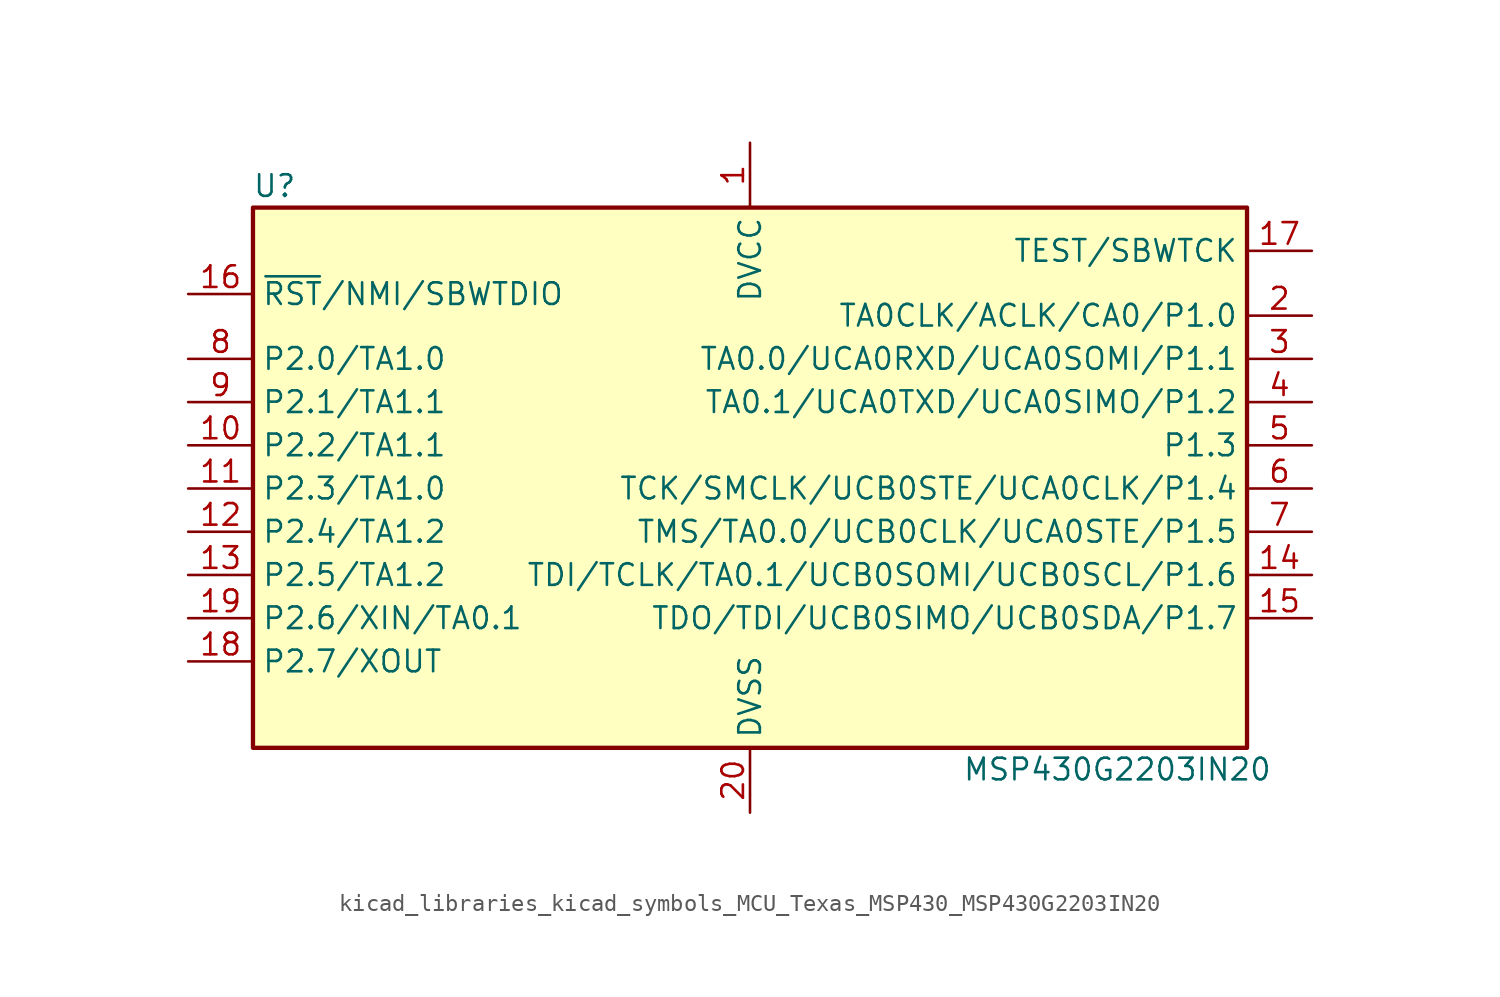
<source format=kicad_sym>
(kicad_symbol_lib
  (version 20220914)
  (generator kicad_symbol_editor)
  (symbol "kicad_libraries_kicad_symbols_MCU_Texas_MSP430_MSP430G2203IN20"
    (property "Reference" "U"
      (at -27.94 17.78 0)
      (effects (font (size 1.27 1.27))))
    (property "Value" "MSP430G2203IN20"
      (at 21.59 -16.51 0)
      (effects (font (size 1.27 1.27))))
    (symbol "kicad_libraries_kicad_symbols_MCU_Texas_MSP430_MSP430G2203IN20_0_1"
      (rectangle (start -29.21 16.51) (end 29.21 -15.24) (stroke (width 0.254) (type default)) (fill (type background))))
    (symbol "kicad_libraries_kicad_symbols_MCU_Texas_MSP430_MSP430G2203IN20_1_1"
      (pin power_in line (at 0 20.32 270) (length 3.81) (name "DVCC" (effects (font (size 1.27 1.27)))) (number "1" (effects (font (size 1.27 1.27)))))
      (pin bidirectional line (at -33.02 2.54 0) (length 3.81) (name "P2.2/TA1.1" (effects (font (size 1.27 1.27)))) (number "10" (effects (font (size 1.27 1.27)))))
      (pin bidirectional line (at -33.02 0 0) (length 3.81) (name "P2.3/TA1.0" (effects (font (size 1.27 1.27)))) (number "11" (effects (font (size 1.27 1.27)))))
      (pin bidirectional line (at -33.02 -2.54 0) (length 3.81) (name "P2.4/TA1.2" (effects (font (size 1.27 1.27)))) (number "12" (effects (font (size 1.27 1.27)))))
      (pin bidirectional line (at -33.02 -5.08 0) (length 3.81) (name "P2.5/TA1.2" (effects (font (size 1.27 1.27)))) (number "13" (effects (font (size 1.27 1.27)))))
      (pin bidirectional line (at 33.02 -5.08 180) (length 3.81) (name "TDI/TCLK/TA0.1/UCB0SOMI/UCB0SCL/P1.6" (effects (font (size 1.27 1.27)))) (number "14" (effects (font (size 1.27 1.27)))))
      (pin bidirectional line (at 33.02 -7.62 180) (length 3.81) (name "TDO/TDI/UCB0SIMO/UCB0SDA/P1.7" (effects (font (size 1.27 1.27)))) (number "15" (effects (font (size 1.27 1.27)))))
      (pin input line (at -33.02 11.43 0) (length 3.81) (name "~{RST}/NMI/SBWTDIO" (effects (font (size 1.27 1.27)))) (number "16" (effects (font (size 1.27 1.27)))))
      (pin input line (at 33.02 13.97 180) (length 3.81) (name "TEST/SBWTCK" (effects (font (size 1.27 1.27)))) (number "17" (effects (font (size 1.27 1.27)))))
      (pin bidirectional line (at -33.02 -10.16 0) (length 3.81) (name "P2.7/XOUT" (effects (font (size 1.27 1.27)))) (number "18" (effects (font (size 1.27 1.27)))))
      (pin bidirectional line (at -33.02 -7.62 0) (length 3.81) (name "P2.6/XIN/TA0.1" (effects (font (size 1.27 1.27)))) (number "19" (effects (font (size 1.27 1.27)))))
      (pin bidirectional line (at 33.02 10.16 180) (length 3.81) (name "TA0CLK/ACLK/CA0/P1.0" (effects (font (size 1.27 1.27)))) (number "2" (effects (font (size 1.27 1.27)))))
      (pin power_in line (at 0 -19.05 90) (length 3.81) (name "DVSS" (effects (font (size 1.27 1.27)))) (number "20" (effects (font (size 1.27 1.27)))))
      (pin bidirectional line (at 33.02 7.62 180) (length 3.81) (name "TA0.0/UCA0RXD/UCA0SOMI/P1.1" (effects (font (size 1.27 1.27)))) (number "3" (effects (font (size 1.27 1.27)))))
      (pin bidirectional line (at 33.02 5.08 180) (length 3.81) (name "TA0.1/UCA0TXD/UCA0SIMO/P1.2" (effects (font (size 1.27 1.27)))) (number "4" (effects (font (size 1.27 1.27)))))
      (pin bidirectional line (at 33.02 2.54 180) (length 3.81) (name "P1.3" (effects (font (size 1.27 1.27)))) (number "5" (effects (font (size 1.27 1.27)))))
      (pin bidirectional line (at 33.02 0 180) (length 3.81) (name "TCK/SMCLK/UCB0STE/UCA0CLK/P1.4" (effects (font (size 1.27 1.27)))) (number "6" (effects (font (size 1.27 1.27)))))
      (pin bidirectional line (at 33.02 -2.54 180) (length 3.81) (name "TMS/TA0.0/UCB0CLK/UCA0STE/P1.5" (effects (font (size 1.27 1.27)))) (number "7" (effects (font (size 1.27 1.27)))))
      (pin bidirectional line (at -33.02 7.62 0) (length 3.81) (name "P2.0/TA1.0" (effects (font (size 1.27 1.27)))) (number "8" (effects (font (size 1.27 1.27)))))
      (pin bidirectional line (at -33.02 5.08 0) (length 3.81) (name "P2.1/TA1.1" (effects (font (size 1.27 1.27)))) (number "9" (effects (font (size 1.27 1.27))))))))
</source>
